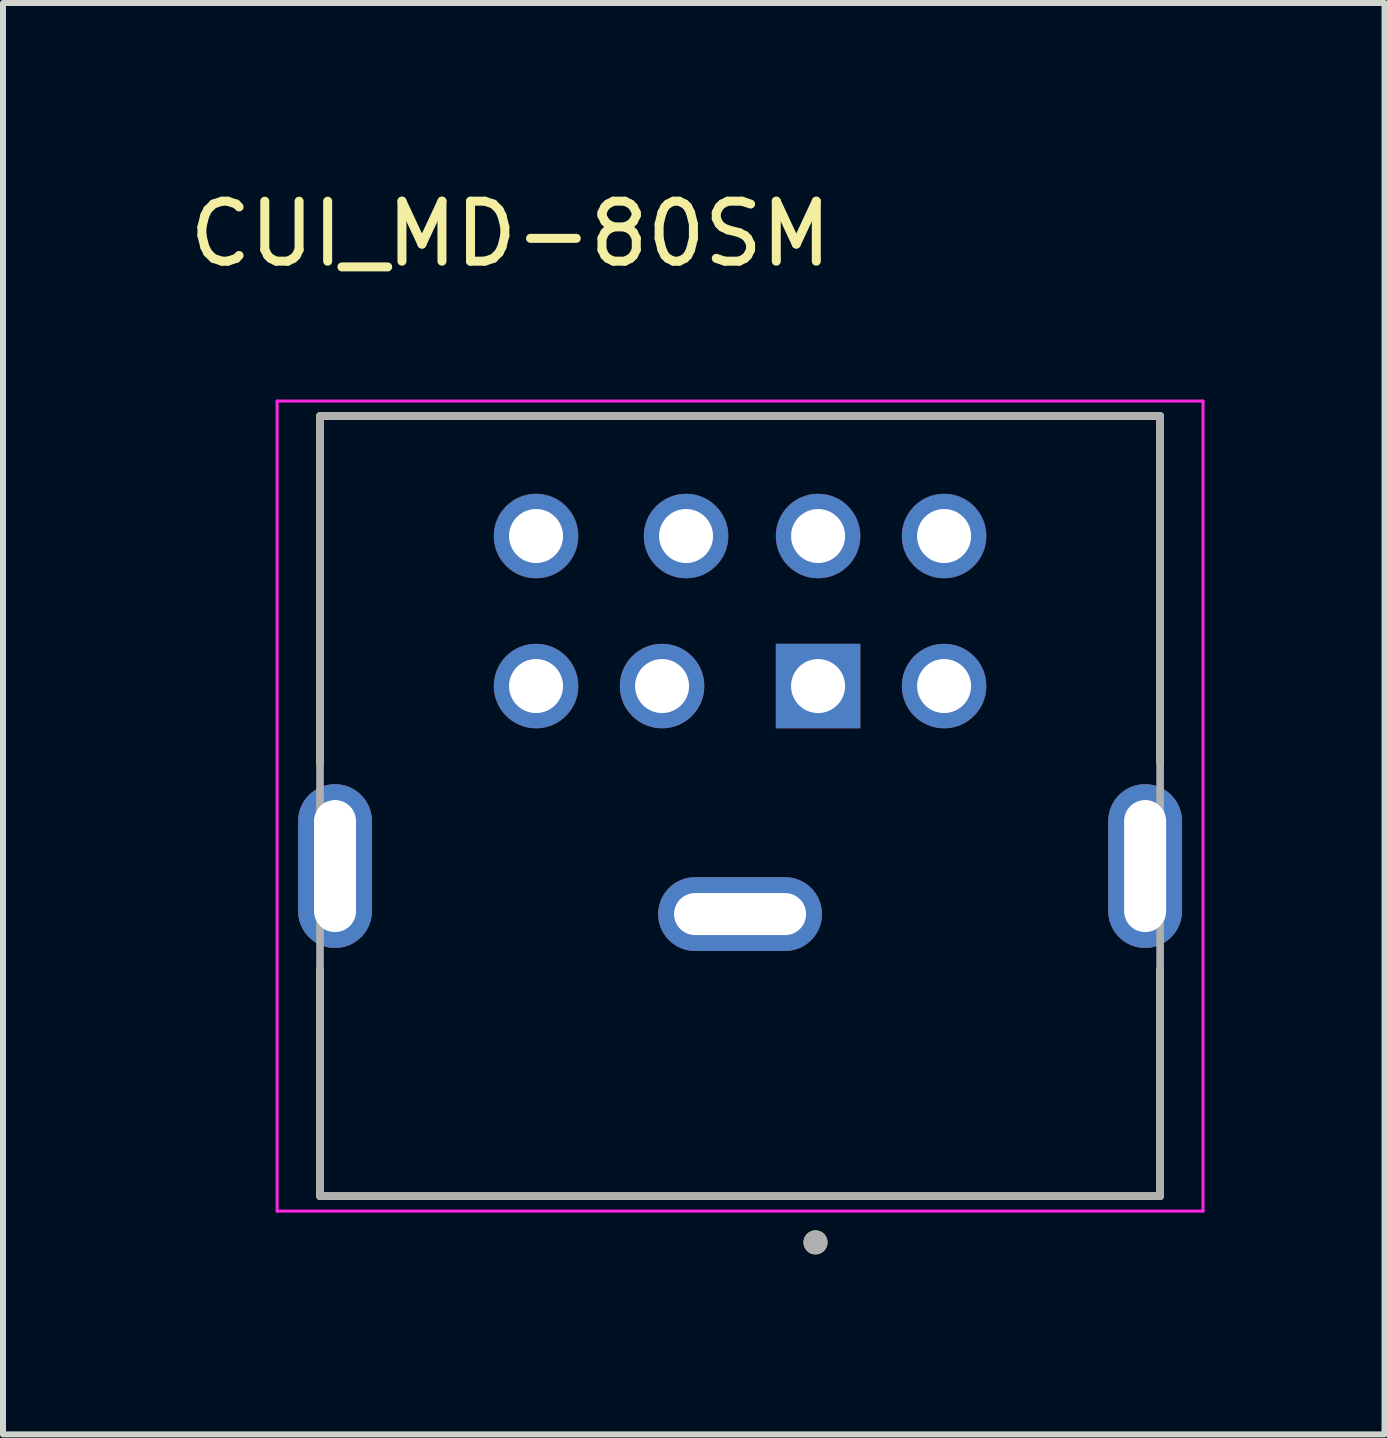
<source format=kicad_pcb>
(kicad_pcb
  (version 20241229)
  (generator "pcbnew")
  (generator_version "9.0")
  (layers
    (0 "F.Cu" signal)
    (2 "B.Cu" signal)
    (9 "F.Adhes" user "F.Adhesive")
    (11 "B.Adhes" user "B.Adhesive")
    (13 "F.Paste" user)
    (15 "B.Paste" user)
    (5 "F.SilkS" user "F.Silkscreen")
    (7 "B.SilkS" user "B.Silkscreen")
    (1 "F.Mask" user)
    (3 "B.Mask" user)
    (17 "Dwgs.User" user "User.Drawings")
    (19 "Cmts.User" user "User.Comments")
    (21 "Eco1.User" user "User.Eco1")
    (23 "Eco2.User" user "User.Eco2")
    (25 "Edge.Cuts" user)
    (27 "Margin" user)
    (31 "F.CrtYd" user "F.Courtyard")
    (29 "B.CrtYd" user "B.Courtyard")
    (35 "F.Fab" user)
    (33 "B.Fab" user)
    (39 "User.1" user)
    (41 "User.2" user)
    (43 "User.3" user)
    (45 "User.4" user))
  (footprint "CUI_MD-80SM"
    (layer "F.Cu")
    (at 9.283 12.183)
    (property "Reference" "CUI_MD-80SM" (at -3.825 -11.335 0) (layer "F.SilkS") (effects (font (size 1 1) (thickness 0.15))))
    (attr through_hole)
    (fp_line (start -7 -8.3) (end 7 -8.3) (stroke (width 0.127) (type solid)) (layer "F.SilkS"))
    (fp_line (start -7 -2.515) (end -7 -8.3) (stroke (width 0.127) (type solid)) (layer "F.SilkS"))
    (fp_line (start -7 4.7) (end -7 0.915) (stroke (width 0.127) (type solid)) (layer "F.SilkS"))
    (fp_line (start 7 -8.3) (end 7 -2.515) (stroke (width 0.127) (type solid)) (layer "F.SilkS"))
    (fp_line (start 7 4.7) (end -7 4.7) (stroke (width 0.127) (type solid)) (layer "F.SilkS"))
    (fp_line (start 7 4.7) (end 7 0.915) (stroke (width 0.127) (type solid)) (layer "F.SilkS"))
    (fp_circle (center 1.257 5.471) (end 1.357 5.471) (stroke (width 0.2) (type solid)) (fill no) (layer "F.SilkS"))
    (fp_line (start -7.715 -8.55) (end -7.715 4.95) (stroke (width 0.05) (type solid)) (layer "F.CrtYd"))
    (fp_line (start -7.715 4.95) (end 7.715 4.95) (stroke (width 0.05) (type solid)) (layer "F.CrtYd"))
    (fp_line (start 7.715 -8.55) (end -7.715 -8.55) (stroke (width 0.05) (type solid)) (layer "F.CrtYd"))
    (fp_line (start 7.715 4.95) (end 7.715 -8.55) (stroke (width 0.05) (type solid)) (layer "F.CrtYd"))
    (fp_line (start -7 -8.3) (end 7 -8.3) (stroke (width 0.127) (type solid)) (layer "F.Fab"))
    (fp_line (start -7 4.7) (end -7 -8.3) (stroke (width 0.127) (type solid)) (layer "F.Fab"))
    (fp_line (start 7 -8.3) (end 7 4.7) (stroke (width 0.127) (type solid)) (layer "F.Fab"))
    (fp_line (start 7 4.7) (end -7 4.7) (stroke (width 0.127) (type solid)) (layer "F.Fab"))
    (fp_circle (center 1.257 5.471) (end 1.357 5.471) (stroke (width 0.2) (type solid)) (fill no) (layer "F.Fab"))
    (pad "1" thru_hole rect (at 1.3 -3.8) (size 1.408 1.408) (drill 0.9) (layers "*.Cu" "*.Mask"))
    (pad "2" thru_hole circle (at -1.3 -3.8) (size 1.408 1.408) (drill 0.9) (layers "*.Cu" "*.Mask"))
    (pad "3" thru_hole circle (at 3.4 -3.8) (size 1.408 1.408) (drill 0.9) (layers "*.Cu" "*.Mask"))
    (pad "4" thru_hole circle (at 1.3 -6.3) (size 1.408 1.408) (drill 0.9) (layers "*.Cu" "*.Mask"))
    (pad "5" thru_hole circle (at -3.4 -3.8) (size 1.408 1.408) (drill 0.9) (layers "*.Cu" "*.Mask"))
    (pad "6" thru_hole circle (at 3.4 -6.3) (size 1.408 1.408) (drill 0.9) (layers "*.Cu" "*.Mask"))
    (pad "7" thru_hole circle (at -0.9 -6.3) (size 1.408 1.408) (drill 0.9) (layers "*.Cu" "*.Mask"))
    (pad "8" thru_hole circle (at -3.4 -6.3) (size 1.408 1.408) (drill 0.9) (layers "*.Cu" "*.Mask"))
    (pad "S1" thru_hole oval (at 0 0) (size 2.73 1.23) (drill oval 2.2 0.7) (layers "*.Cu" "*.Mask"))
    (pad "S2" thru_hole oval (at -6.75 -0.8) (size 1.23 2.73) (drill oval 0.7 2.2) (layers "*.Cu" "*.Mask"))
    (pad "S3" thru_hole oval (at 6.75 -0.8) (size 1.23 2.73) (drill oval 0.7 2.2) (layers "*.Cu" "*.Mask")))
  (gr_rect
    (start -3 -3)
    (end 20.023 20.854)
    (stroke (width 0.1) (type default))
    (fill no)
    (layer "Edge.Cuts")))
</source>
